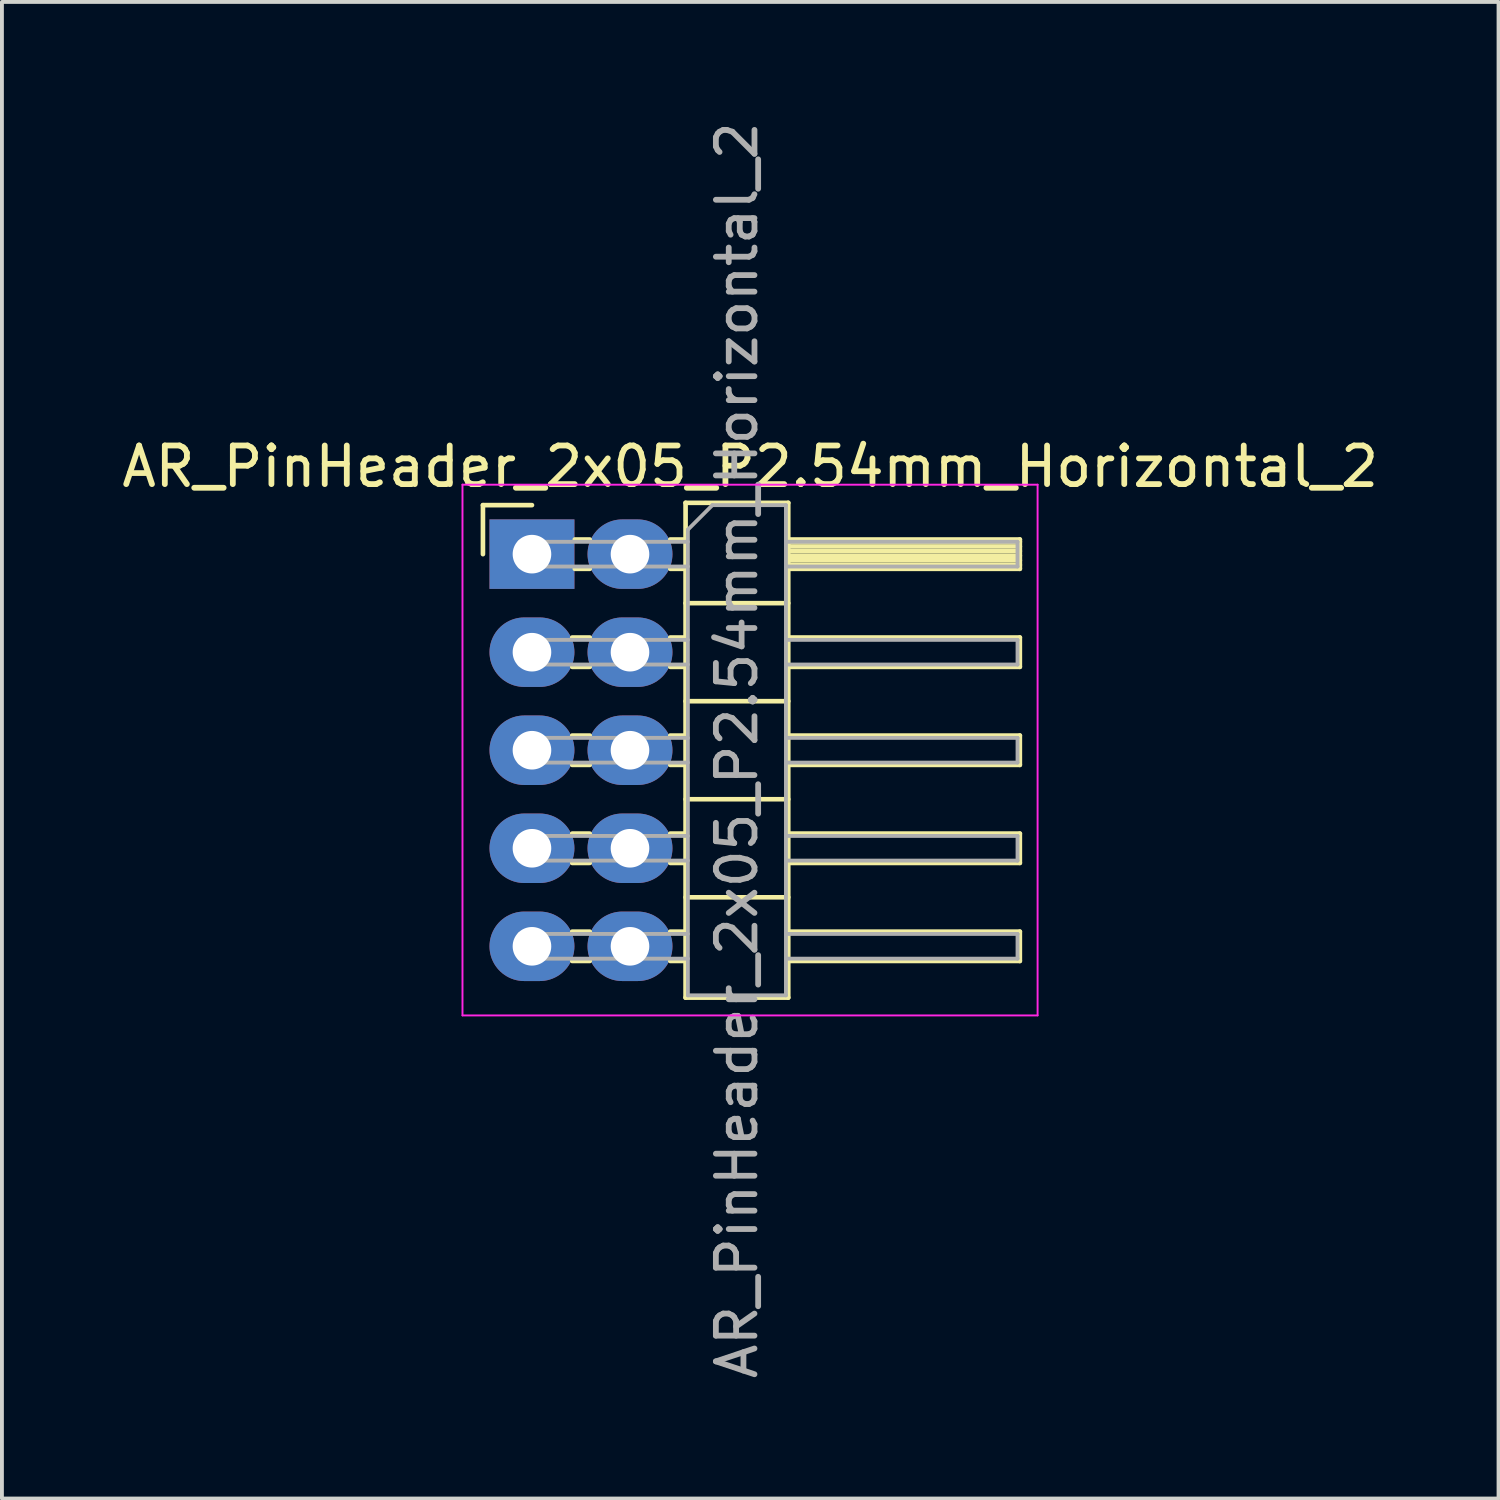
<source format=kicad_pcb>
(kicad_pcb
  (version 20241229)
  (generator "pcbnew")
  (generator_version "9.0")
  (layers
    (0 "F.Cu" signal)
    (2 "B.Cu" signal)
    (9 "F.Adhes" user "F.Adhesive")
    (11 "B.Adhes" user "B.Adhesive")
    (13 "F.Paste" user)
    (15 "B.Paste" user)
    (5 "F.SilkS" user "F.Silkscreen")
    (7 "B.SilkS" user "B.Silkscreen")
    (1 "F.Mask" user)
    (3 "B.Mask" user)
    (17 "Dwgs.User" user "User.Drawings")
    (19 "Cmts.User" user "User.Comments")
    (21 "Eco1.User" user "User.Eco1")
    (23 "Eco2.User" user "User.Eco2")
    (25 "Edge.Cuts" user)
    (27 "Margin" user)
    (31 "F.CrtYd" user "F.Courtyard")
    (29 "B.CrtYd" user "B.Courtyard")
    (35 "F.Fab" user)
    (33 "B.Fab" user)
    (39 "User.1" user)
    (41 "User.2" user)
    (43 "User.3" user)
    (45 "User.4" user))
  (footprint "AR_PinHeader_2x05_P2.54mm_Horizontal_2"
    (layer "F.Cu")
    (at 10.732 11.307)
    (property "Reference" "AR_PinHeader_2x05_P2.54mm_Horizontal_2" (at 5.655 -2.27 0) (layer "F.SilkS") (effects (font (size 1 1) (thickness 0.15))))
    (attr through_hole)
    (fp_line (start -1.27 -1.27) (end 0 -1.27) (stroke (width 0.12) (type solid)) (layer "F.SilkS"))
    (fp_line (start -1.27 0) (end -1.27 -1.27) (stroke (width 0.12) (type solid)) (layer "F.SilkS"))
    (fp_line (start 1.043 2.16) (end 1.497 2.16) (stroke (width 0.12) (type solid)) (layer "F.SilkS"))
    (fp_line (start 1.043 2.92) (end 1.497 2.92) (stroke (width 0.12) (type solid)) (layer "F.SilkS"))
    (fp_line (start 1.043 4.7) (end 1.497 4.7) (stroke (width 0.12) (type solid)) (layer "F.SilkS"))
    (fp_line (start 1.043 5.46) (end 1.497 5.46) (stroke (width 0.12) (type solid)) (layer "F.SilkS"))
    (fp_line (start 1.043 7.24) (end 1.497 7.24) (stroke (width 0.12) (type solid)) (layer "F.SilkS"))
    (fp_line (start 1.043 8) (end 1.497 8) (stroke (width 0.12) (type solid)) (layer "F.SilkS"))
    (fp_line (start 1.043 9.78) (end 1.497 9.78) (stroke (width 0.12) (type solid)) (layer "F.SilkS"))
    (fp_line (start 1.043 10.54) (end 1.497 10.54) (stroke (width 0.12) (type solid)) (layer "F.SilkS"))
    (fp_line (start 1.11 -0.38) (end 1.497 -0.38) (stroke (width 0.12) (type solid)) (layer "F.SilkS"))
    (fp_line (start 1.11 0.38) (end 1.497 0.38) (stroke (width 0.12) (type solid)) (layer "F.SilkS"))
    (fp_line (start 3.583 -0.38) (end 3.98 -0.38) (stroke (width 0.12) (type solid)) (layer "F.SilkS"))
    (fp_line (start 3.583 0.38) (end 3.98 0.38) (stroke (width 0.12) (type solid)) (layer "F.SilkS"))
    (fp_line (start 3.583 2.16) (end 3.98 2.16) (stroke (width 0.12) (type solid)) (layer "F.SilkS"))
    (fp_line (start 3.583 2.92) (end 3.98 2.92) (stroke (width 0.12) (type solid)) (layer "F.SilkS"))
    (fp_line (start 3.583 4.7) (end 3.98 4.7) (stroke (width 0.12) (type solid)) (layer "F.SilkS"))
    (fp_line (start 3.583 5.46) (end 3.98 5.46) (stroke (width 0.12) (type solid)) (layer "F.SilkS"))
    (fp_line (start 3.583 7.24) (end 3.98 7.24) (stroke (width 0.12) (type solid)) (layer "F.SilkS"))
    (fp_line (start 3.583 8) (end 3.98 8) (stroke (width 0.12) (type solid)) (layer "F.SilkS"))
    (fp_line (start 3.583 9.78) (end 3.98 9.78) (stroke (width 0.12) (type solid)) (layer "F.SilkS"))
    (fp_line (start 3.583 10.54) (end 3.98 10.54) (stroke (width 0.12) (type solid)) (layer "F.SilkS"))
    (fp_line (start 3.98 -1.33) (end 3.98 11.49) (stroke (width 0.12) (type solid)) (layer "F.SilkS"))
    (fp_line (start 3.98 1.27) (end 6.64 1.27) (stroke (width 0.12) (type solid)) (layer "F.SilkS"))
    (fp_line (start 3.98 3.81) (end 6.64 3.81) (stroke (width 0.12) (type solid)) (layer "F.SilkS"))
    (fp_line (start 3.98 6.35) (end 6.64 6.35) (stroke (width 0.12) (type solid)) (layer "F.SilkS"))
    (fp_line (start 3.98 8.89) (end 6.64 8.89) (stroke (width 0.12) (type solid)) (layer "F.SilkS"))
    (fp_line (start 3.98 11.49) (end 6.64 11.49) (stroke (width 0.12) (type solid)) (layer "F.SilkS"))
    (fp_line (start 6.64 -1.33) (end 3.98 -1.33) (stroke (width 0.12) (type solid)) (layer "F.SilkS"))
    (fp_line (start 6.64 -0.38) (end 12.64 -0.38) (stroke (width 0.12) (type solid)) (layer "F.SilkS"))
    (fp_line (start 6.64 -0.32) (end 12.64 -0.32) (stroke (width 0.12) (type solid)) (layer "F.SilkS"))
    (fp_line (start 6.64 -0.2) (end 12.64 -0.2) (stroke (width 0.12) (type solid)) (layer "F.SilkS"))
    (fp_line (start 6.64 -0.08) (end 12.64 -0.08) (stroke (width 0.12) (type solid)) (layer "F.SilkS"))
    (fp_line (start 6.64 0.04) (end 12.64 0.04) (stroke (width 0.12) (type solid)) (layer "F.SilkS"))
    (fp_line (start 6.64 0.16) (end 12.64 0.16) (stroke (width 0.12) (type solid)) (layer "F.SilkS"))
    (fp_line (start 6.64 0.28) (end 12.64 0.28) (stroke (width 0.12) (type solid)) (layer "F.SilkS"))
    (fp_line (start 6.64 2.16) (end 12.64 2.16) (stroke (width 0.12) (type solid)) (layer "F.SilkS"))
    (fp_line (start 6.64 4.7) (end 12.64 4.7) (stroke (width 0.12) (type solid)) (layer "F.SilkS"))
    (fp_line (start 6.64 7.24) (end 12.64 7.24) (stroke (width 0.12) (type solid)) (layer "F.SilkS"))
    (fp_line (start 6.64 9.78) (end 12.64 9.78) (stroke (width 0.12) (type solid)) (layer "F.SilkS"))
    (fp_line (start 6.64 11.49) (end 6.64 -1.33) (stroke (width 0.12) (type solid)) (layer "F.SilkS"))
    (fp_line (start 12.64 -0.38) (end 12.64 0.38) (stroke (width 0.12) (type solid)) (layer "F.SilkS"))
    (fp_line (start 12.64 0.38) (end 6.64 0.38) (stroke (width 0.12) (type solid)) (layer "F.SilkS"))
    (fp_line (start 12.64 2.16) (end 12.64 2.92) (stroke (width 0.12) (type solid)) (layer "F.SilkS"))
    (fp_line (start 12.64 2.92) (end 6.64 2.92) (stroke (width 0.12) (type solid)) (layer "F.SilkS"))
    (fp_line (start 12.64 4.7) (end 12.64 5.46) (stroke (width 0.12) (type solid)) (layer "F.SilkS"))
    (fp_line (start 12.64 5.46) (end 6.64 5.46) (stroke (width 0.12) (type solid)) (layer "F.SilkS"))
    (fp_line (start 12.64 7.24) (end 12.64 8) (stroke (width 0.12) (type solid)) (layer "F.SilkS"))
    (fp_line (start 12.64 8) (end 6.64 8) (stroke (width 0.12) (type solid)) (layer "F.SilkS"))
    (fp_line (start 12.64 9.78) (end 12.64 10.54) (stroke (width 0.12) (type solid)) (layer "F.SilkS"))
    (fp_line (start 12.64 10.54) (end 6.64 10.54) (stroke (width 0.12) (type solid)) (layer "F.SilkS"))
    (fp_line (start -1.8 -1.8) (end -1.8 11.95) (stroke (width 0.05) (type solid)) (layer "F.CrtYd"))
    (fp_line (start -1.8 11.95) (end 13.1 11.95) (stroke (width 0.05) (type solid)) (layer "F.CrtYd"))
    (fp_line (start 13.1 -1.8) (end -1.8 -1.8) (stroke (width 0.05) (type solid)) (layer "F.CrtYd"))
    (fp_line (start 13.1 11.95) (end 13.1 -1.8) (stroke (width 0.05) (type solid)) (layer "F.CrtYd"))
    (fp_line (start -0.32 -0.32) (end -0.32 0.32) (stroke (width 0.1) (type solid)) (layer "F.Fab"))
    (fp_line (start -0.32 -0.32) (end 4.04 -0.32) (stroke (width 0.1) (type solid)) (layer "F.Fab"))
    (fp_line (start -0.32 0.32) (end 4.04 0.32) (stroke (width 0.1) (type solid)) (layer "F.Fab"))
    (fp_line (start -0.32 2.22) (end -0.32 2.86) (stroke (width 0.1) (type solid)) (layer "F.Fab"))
    (fp_line (start -0.32 2.22) (end 4.04 2.22) (stroke (width 0.1) (type solid)) (layer "F.Fab"))
    (fp_line (start -0.32 2.86) (end 4.04 2.86) (stroke (width 0.1) (type solid)) (layer "F.Fab"))
    (fp_line (start -0.32 4.76) (end -0.32 5.4) (stroke (width 0.1) (type solid)) (layer "F.Fab"))
    (fp_line (start -0.32 4.76) (end 4.04 4.76) (stroke (width 0.1) (type solid)) (layer "F.Fab"))
    (fp_line (start -0.32 5.4) (end 4.04 5.4) (stroke (width 0.1) (type solid)) (layer "F.Fab"))
    (fp_line (start -0.32 7.3) (end -0.32 7.94) (stroke (width 0.1) (type solid)) (layer "F.Fab"))
    (fp_line (start -0.32 7.3) (end 4.04 7.3) (stroke (width 0.1) (type solid)) (layer "F.Fab"))
    (fp_line (start -0.32 7.94) (end 4.04 7.94) (stroke (width 0.1) (type solid)) (layer "F.Fab"))
    (fp_line (start -0.32 9.84) (end -0.32 10.48) (stroke (width 0.1) (type solid)) (layer "F.Fab"))
    (fp_line (start -0.32 9.84) (end 4.04 9.84) (stroke (width 0.1) (type solid)) (layer "F.Fab"))
    (fp_line (start -0.32 10.48) (end 4.04 10.48) (stroke (width 0.1) (type solid)) (layer "F.Fab"))
    (fp_line (start 4.04 -0.635) (end 4.675 -1.27) (stroke (width 0.1) (type solid)) (layer "F.Fab"))
    (fp_line (start 4.04 11.43) (end 4.04 -0.635) (stroke (width 0.1) (type solid)) (layer "F.Fab"))
    (fp_line (start 4.675 -1.27) (end 6.58 -1.27) (stroke (width 0.1) (type solid)) (layer "F.Fab"))
    (fp_line (start 6.58 -1.27) (end 6.58 11.43) (stroke (width 0.1) (type solid)) (layer "F.Fab"))
    (fp_line (start 6.58 -0.32) (end 12.58 -0.32) (stroke (width 0.1) (type solid)) (layer "F.Fab"))
    (fp_line (start 6.58 0.32) (end 12.58 0.32) (stroke (width 0.1) (type solid)) (layer "F.Fab"))
    (fp_line (start 6.58 2.22) (end 12.58 2.22) (stroke (width 0.1) (type solid)) (layer "F.Fab"))
    (fp_line (start 6.58 2.86) (end 12.58 2.86) (stroke (width 0.1) (type solid)) (layer "F.Fab"))
    (fp_line (start 6.58 4.76) (end 12.58 4.76) (stroke (width 0.1) (type solid)) (layer "F.Fab"))
    (fp_line (start 6.58 5.4) (end 12.58 5.4) (stroke (width 0.1) (type solid)) (layer "F.Fab"))
    (fp_line (start 6.58 7.3) (end 12.58 7.3) (stroke (width 0.1) (type solid)) (layer "F.Fab"))
    (fp_line (start 6.58 7.94) (end 12.58 7.94) (stroke (width 0.1) (type solid)) (layer "F.Fab"))
    (fp_line (start 6.58 9.84) (end 12.58 9.84) (stroke (width 0.1) (type solid)) (layer "F.Fab"))
    (fp_line (start 6.58 10.48) (end 12.58 10.48) (stroke (width 0.1) (type solid)) (layer "F.Fab"))
    (fp_line (start 6.58 11.43) (end 4.04 11.43) (stroke (width 0.1) (type solid)) (layer "F.Fab"))
    (fp_line (start 12.58 -0.32) (end 12.58 0.32) (stroke (width 0.1) (type solid)) (layer "F.Fab"))
    (fp_line (start 12.58 2.22) (end 12.58 2.86) (stroke (width 0.1) (type solid)) (layer "F.Fab"))
    (fp_line (start 12.58 4.76) (end 12.58 5.4) (stroke (width 0.1) (type solid)) (layer "F.Fab"))
    (fp_line (start 12.58 7.3) (end 12.58 7.94) (stroke (width 0.1) (type solid)) (layer "F.Fab"))
    (fp_line (start 12.58 9.84) (end 12.58 10.48) (stroke (width 0.1) (type solid)) (layer "F.Fab"))
    (fp_text user "${REFERENCE}" (at 5.31 5.08 90) (layer "F.Fab") (effects (font (size 1 1) (thickness 0.15))))
    (pad "1" thru_hole rect (at 0 0) (size 2.2 1.8) (drill 1) (layers "*.Cu" "*.Mask"))
    (pad "2" thru_hole oval (at 0 2.54) (size 2.2 1.8) (drill 1) (layers "*.Cu" "*.Mask"))
    (pad "3" thru_hole oval (at 0 5.08) (size 2.2 1.8) (drill 1) (layers "*.Cu" "*.Mask"))
    (pad "4" thru_hole oval (at 0 7.62) (size 2.2 1.8) (drill 1) (layers "*.Cu" "*.Mask"))
    (pad "5" thru_hole oval (at 0 10.16) (size 2.2 1.8) (drill 1) (layers "*.Cu" "*.Mask"))
    (pad "6" thru_hole oval (at 2.54 0) (size 2.2 1.8) (drill 1) (layers "*.Cu" "*.Mask"))
    (pad "7" thru_hole oval (at 2.54 2.54) (size 2.2 1.8) (drill 1) (layers "*.Cu" "*.Mask"))
    (pad "8" thru_hole oval (at 2.54 5.08) (size 2.2 1.8) (drill 1) (layers "*.Cu" "*.Mask"))
    (pad "9" thru_hole oval (at 2.54 7.62) (size 2.2 1.8) (drill 1) (layers "*.Cu" "*.Mask"))
    (pad "10" thru_hole oval (at 2.54 10.16) (size 2.2 1.8) (drill 1) (layers "*.Cu" "*.Mask")))
  (gr_rect
    (start -3 -3)
    (end 35.774 35.774)
    (stroke (width 0.1) (type default))
    (fill no)
    (layer "Edge.Cuts")))
</source>
